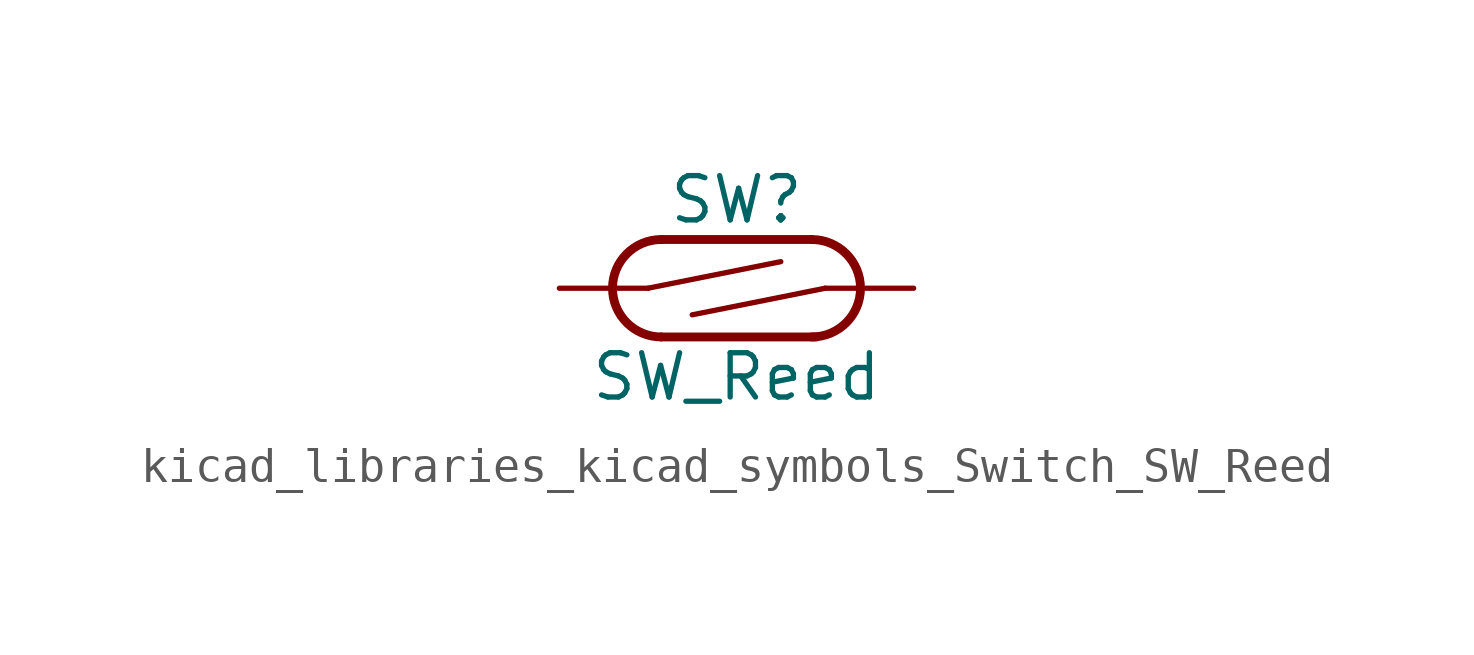
<source format=kicad_sym>
(kicad_symbol_lib
  (version 20220914)
  (generator kicad_symbol_editor)
  (symbol "kicad_libraries_kicad_symbols_Switch_SW_Reed"
    (pin_numbers hide)
    (pin_names
      (offset 0) hide)
    (property "Reference" "SW"
      (at 0 2.54 0)
      (effects (font (size 1.27 1.27))))
    (property "Value" "SW_Reed"
      (at 0 -2.54 0)
      (effects (font (size 1.27 1.27))))
    (symbol "kicad_libraries_kicad_symbols_Switch_SW_Reed_0_0"
      (arc (start -2.159 1.397) (mid -3.55 0) (end -2.159 -1.397) (stroke (width 0.254) (type default)) (fill (type none)))
      (polyline (pts (xy -2.54 0) (xy 1.27 0.762)) (stroke (width 0) (type default)) (fill (type none)))
      (polyline (pts (xy -2.159 -1.397) (xy 2.286 -1.397)) (stroke (width 0.254) (type default)) (fill (type none)))
      (polyline (pts (xy 2.159 1.397) (xy -2.159 1.397)) (stroke (width 0.254) (type default)) (fill (type none)))
      (polyline (pts (xy 2.54 0) (xy -1.27 -0.762)) (stroke (width 0) (type default)) (fill (type none)))
      (arc (start 2.159 -1.397) (mid 3.55 0) (end 2.159 1.397) (stroke (width 0.254) (type default)) (fill (type none))))
    (symbol "kicad_libraries_kicad_symbols_Switch_SW_Reed_1_1"
      (pin passive line (at -5.08 0 0) (length 2.54) (name "1" (effects (font (size 1.27 1.27)))) (number "1" (effects (font (size 1.27 1.27)))))
      (pin passive line (at 5.08 0 180) (length 2.54) (name "2" (effects (font (size 1.27 1.27)))) (number "2" (effects (font (size 1.27 1.27))))))))
</source>
